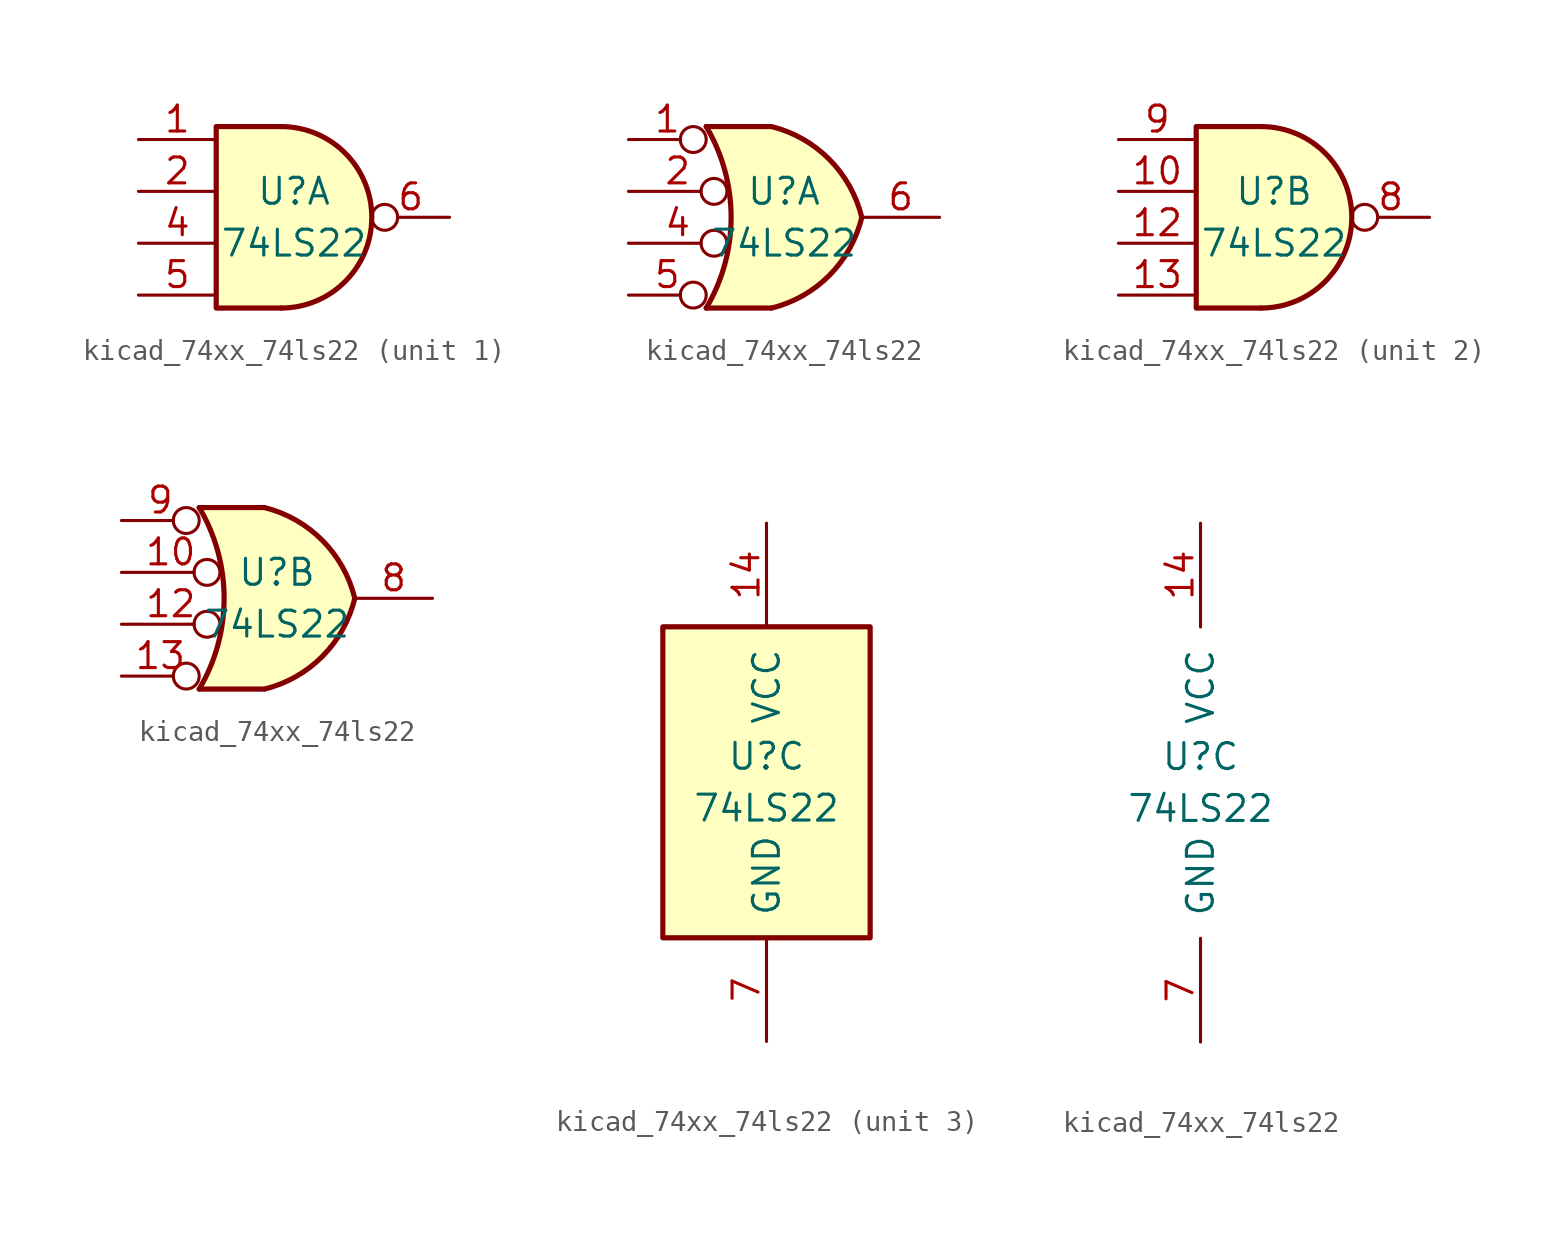
<source format=kicad_sym>
(kicad_symbol_lib
  (version 20220914)
  (generator kicad_symbol_editor)
  (symbol "kicad_74xx_74ls22"
    (pin_names
      (offset 1.016))
    (property "Reference" "U"
      (at 0 1.27 0)
      (effects (font (size 1.27 1.27))))
    (property "Value" "74LS22"
      (at 0 -1.27 0)
      (effects (font (size 1.27 1.27))))
    (property "ki_locked" ""
      (at 0 0 0)
      (effects (font (size 1.27 1.27))))
    (symbol "kicad_74xx_74ls22_1_1"
      (arc (start -0.635 -4.445) (mid 3.7907 0) (end -0.635 4.445) (stroke (width 0.254) (type default)) (fill (type background)))
      (polyline (pts (xy -0.635 4.445) (xy -3.81 4.445) (xy -3.81 -4.445) (xy -0.635 -4.445)) (stroke (width 0.254) (type default)) (fill (type background)))
      (pin input line (at -7.62 3.81 0) (length 3.81) (name "~" (effects (font (size 1.27 1.27)))) (number "1" (effects (font (size 1.27 1.27)))))
      (pin input line (at -7.62 1.27 0) (length 3.81) (name "~" (effects (font (size 1.27 1.27)))) (number "2" (effects (font (size 1.27 1.27)))))
      (pin input line (at -7.62 -1.27 0) (length 3.81) (name "~" (effects (font (size 1.27 1.27)))) (number "4" (effects (font (size 1.27 1.27)))))
      (pin input line (at -7.62 -3.81 0) (length 3.81) (name "~" (effects (font (size 1.27 1.27)))) (number "5" (effects (font (size 1.27 1.27)))))
      (pin output inverted (at 7.62 0 180) (length 3.81) (name "~" (effects (font (size 1.27 1.27)))) (number "6" (effects (font (size 1.27 1.27))))))
    (symbol "kicad_74xx_74ls22_1_2"
      (arc (start -3.81 -4.445) (mid -2.5908 0) (end -3.81 4.445) (stroke (width 0.254) (type default)) (fill (type none)))
      (arc (start -0.6096 -4.445) (mid 2.2246 -2.8422) (end 3.81 0) (stroke (width 0.254) (type default)) (fill (type background)))
      (polyline (pts (xy -3.81 -4.445) (xy -0.635 -4.445)) (stroke (width 0.254) (type default)) (fill (type background)))
      (polyline (pts (xy -3.81 4.445) (xy -0.635 4.445)) (stroke (width 0.254) (type default)) (fill (type background)))
      (polyline (pts (xy -0.635 4.445) (xy -3.81 4.445) (xy -3.81 4.445) (xy -3.632 4.089) (xy -3.099 2.921) (xy -2.769 1.676) (xy -2.616 0.432) (xy -2.642 -0.864) (xy -2.87 -2.108) (xy -3.251 -3.327) (xy -3.81 -4.445) (xy -3.81 -4.445) (xy -0.635 -4.445)) (stroke (width -25.4) (type default)) (fill (type background)))
      (arc (start 3.81 0) (mid 2.2204 2.8379) (end -0.6096 4.445) (stroke (width 0.254) (type default)) (fill (type background)))
      (pin input inverted (at -7.62 3.81 0) (length 3.81) (name "~" (effects (font (size 1.27 1.27)))) (number "1" (effects (font (size 1.27 1.27)))))
      (pin input inverted (at -7.62 1.27 0) (length 4.826) (name "~" (effects (font (size 1.27 1.27)))) (number "2" (effects (font (size 1.27 1.27)))))
      (pin input inverted (at -7.62 -1.27 0) (length 4.826) (name "~" (effects (font (size 1.27 1.27)))) (number "4" (effects (font (size 1.27 1.27)))))
      (pin input inverted (at -7.62 -3.81 0) (length 3.81) (name "~" (effects (font (size 1.27 1.27)))) (number "5" (effects (font (size 1.27 1.27)))))
      (pin output line (at 7.62 0 180) (length 3.81) (name "~" (effects (font (size 1.27 1.27)))) (number "6" (effects (font (size 1.27 1.27))))))
    (symbol "kicad_74xx_74ls22_2_1"
      (arc (start -0.635 -4.445) (mid 3.7907 0) (end -0.635 4.445) (stroke (width 0.254) (type default)) (fill (type background)))
      (polyline (pts (xy -0.635 4.445) (xy -3.81 4.445) (xy -3.81 -4.445) (xy -0.635 -4.445)) (stroke (width 0.254) (type default)) (fill (type background)))
      (pin input line (at -7.62 1.27 0) (length 3.81) (name "~" (effects (font (size 1.27 1.27)))) (number "10" (effects (font (size 1.27 1.27)))))
      (pin input line (at -7.62 -1.27 0) (length 3.81) (name "~" (effects (font (size 1.27 1.27)))) (number "12" (effects (font (size 1.27 1.27)))))
      (pin input line (at -7.62 -3.81 0) (length 3.81) (name "~" (effects (font (size 1.27 1.27)))) (number "13" (effects (font (size 1.27 1.27)))))
      (pin output inverted (at 7.62 0 180) (length 3.81) (name "~" (effects (font (size 1.27 1.27)))) (number "8" (effects (font (size 1.27 1.27)))))
      (pin input line (at -7.62 3.81 0) (length 3.81) (name "~" (effects (font (size 1.27 1.27)))) (number "9" (effects (font (size 1.27 1.27))))))
    (symbol "kicad_74xx_74ls22_2_2"
      (arc (start -3.81 -4.445) (mid -2.5908 0) (end -3.81 4.445) (stroke (width 0.254) (type default)) (fill (type none)))
      (arc (start -0.6096 -4.445) (mid 2.2246 -2.8422) (end 3.81 0) (stroke (width 0.254) (type default)) (fill (type background)))
      (polyline (pts (xy -3.81 -4.445) (xy -0.635 -4.445)) (stroke (width 0.254) (type default)) (fill (type background)))
      (polyline (pts (xy -3.81 4.445) (xy -0.635 4.445)) (stroke (width 0.254) (type default)) (fill (type background)))
      (polyline (pts (xy -0.635 4.445) (xy -3.81 4.445) (xy -3.81 4.445) (xy -3.632 4.089) (xy -3.099 2.921) (xy -2.769 1.676) (xy -2.616 0.432) (xy -2.642 -0.864) (xy -2.87 -2.108) (xy -3.251 -3.327) (xy -3.81 -4.445) (xy -3.81 -4.445) (xy -0.635 -4.445)) (stroke (width -25.4) (type default)) (fill (type background)))
      (arc (start 3.81 0) (mid 2.2204 2.8379) (end -0.6096 4.445) (stroke (width 0.254) (type default)) (fill (type background)))
      (pin input inverted (at -7.62 1.27 0) (length 4.826) (name "~" (effects (font (size 1.27 1.27)))) (number "10" (effects (font (size 1.27 1.27)))))
      (pin input inverted (at -7.62 -1.27 0) (length 4.826) (name "~" (effects (font (size 1.27 1.27)))) (number "12" (effects (font (size 1.27 1.27)))))
      (pin input inverted (at -7.62 -3.81 0) (length 3.81) (name "~" (effects (font (size 1.27 1.27)))) (number "13" (effects (font (size 1.27 1.27)))))
      (pin output line (at 7.62 0 180) (length 3.81) (name "~" (effects (font (size 1.27 1.27)))) (number "8" (effects (font (size 1.27 1.27)))))
      (pin input inverted (at -7.62 3.81 0) (length 3.81) (name "~" (effects (font (size 1.27 1.27)))) (number "9" (effects (font (size 1.27 1.27))))))
    (symbol "kicad_74xx_74ls22_3_0"
      (pin power_in line (at 0 12.7 270) (length 5.08) (name "VCC" (effects (font (size 1.27 1.27)))) (number "14" (effects (font (size 1.27 1.27)))))
      (pin power_in line (at 0 -12.7 90) (length 5.08) (name "GND" (effects (font (size 1.27 1.27)))) (number "7" (effects (font (size 1.27 1.27))))))
    (symbol "kicad_74xx_74ls22_3_1"
      (rectangle (start -5.08 7.62) (end 5.08 -7.62) (stroke (width 0.254) (type default)) (fill (type background))))))
</source>
